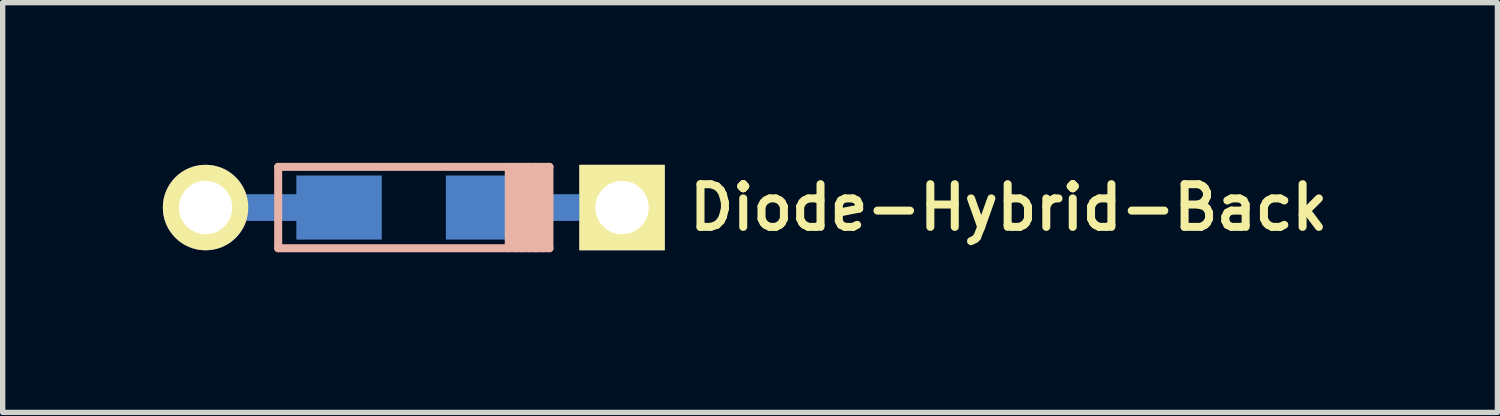
<source format=kicad_pcb>
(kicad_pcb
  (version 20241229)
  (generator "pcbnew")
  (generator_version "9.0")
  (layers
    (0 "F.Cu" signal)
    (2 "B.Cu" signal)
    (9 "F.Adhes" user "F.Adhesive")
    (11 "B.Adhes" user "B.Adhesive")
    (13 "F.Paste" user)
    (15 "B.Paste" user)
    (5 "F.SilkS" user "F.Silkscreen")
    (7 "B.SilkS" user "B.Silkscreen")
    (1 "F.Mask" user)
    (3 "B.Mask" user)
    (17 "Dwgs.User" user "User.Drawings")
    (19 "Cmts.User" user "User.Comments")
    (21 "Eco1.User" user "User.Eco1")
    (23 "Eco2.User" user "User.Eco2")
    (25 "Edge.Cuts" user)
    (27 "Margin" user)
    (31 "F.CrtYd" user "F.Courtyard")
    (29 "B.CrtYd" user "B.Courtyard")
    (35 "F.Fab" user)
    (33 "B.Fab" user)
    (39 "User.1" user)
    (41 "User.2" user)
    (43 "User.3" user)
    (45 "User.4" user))
  (footprint "Diode-Hybrid-Back"
    (layer "F.Cu")
    (at 4.7 0.837)
    (property "Reference" "Diode-Hybrid-Back" (at 5.08 0 0) (layer "F.SilkS") (effects (font (size 0.8 0.8) (thickness 0.15)) (justify left)))
    (attr smd)
    (fp_line (start -2.54 -0.762) (end -2.54 0.762) (stroke (width 0.15) (type solid)) (layer "B.SilkS"))
    (fp_line (start -2.54 0.762) (end 2.54 0.762) (stroke (width 0.15) (type solid)) (layer "B.SilkS"))
    (fp_line (start 1.778 0.762) (end 1.778 -0.762) (stroke (width 0.15) (type solid)) (layer "B.SilkS"))
    (fp_line (start 1.905 0.762) (end 1.905 -0.762) (stroke (width 0.15) (type solid)) (layer "B.SilkS"))
    (fp_line (start 2.032 -0.762) (end 2.032 0.762) (stroke (width 0.15) (type solid)) (layer "B.SilkS"))
    (fp_line (start 2.159 0.762) (end 2.159 -0.762) (stroke (width 0.15) (type solid)) (layer "B.SilkS"))
    (fp_line (start 2.286 -0.762) (end 2.286 0.762) (stroke (width 0.15) (type solid)) (layer "B.SilkS"))
    (fp_line (start 2.413 0.762) (end 2.413 -0.762) (stroke (width 0.15) (type solid)) (layer "B.SilkS"))
    (fp_line (start 2.54 -0.762) (end -2.54 -0.762) (stroke (width 0.15) (type solid)) (layer "B.SilkS"))
    (fp_line (start 2.54 0.762) (end 2.54 -0.762) (stroke (width 0.15) (type solid)) (layer "B.SilkS"))
    (pad "1" smd rect (at 1.4 0) (size 1.6 1.2) (layers "B.Cu" "B.Mask" "B.Paste"))
    (pad "1" smd rect (at 2.5 0) (size 2.9 0.5) (layers "B.Cu"))
    (pad "1" thru_hole rect (at 3.9 0) (size 1.6 1.6) (drill 1) (layers "*.Cu" "*.Mask" "F.SilkS"))
    (pad "2" thru_hole circle (at -3.9 0) (size 1.6 1.6) (drill 1) (layers "*.Cu" "*.Mask" "F.SilkS"))
    (pad "2" smd rect (at -2.5 0) (size 2.9 0.5) (layers "B.Cu"))
    (pad "2" smd rect (at -1.4 0) (size 1.6 1.2) (layers "B.Cu" "B.Mask" "B.Paste")))
  (gr_rect
    (start -3 -3)
    (end 24.994 4.674)
    (stroke (width 0.1) (type default))
    (fill no)
    (layer "Edge.Cuts")))
</source>
